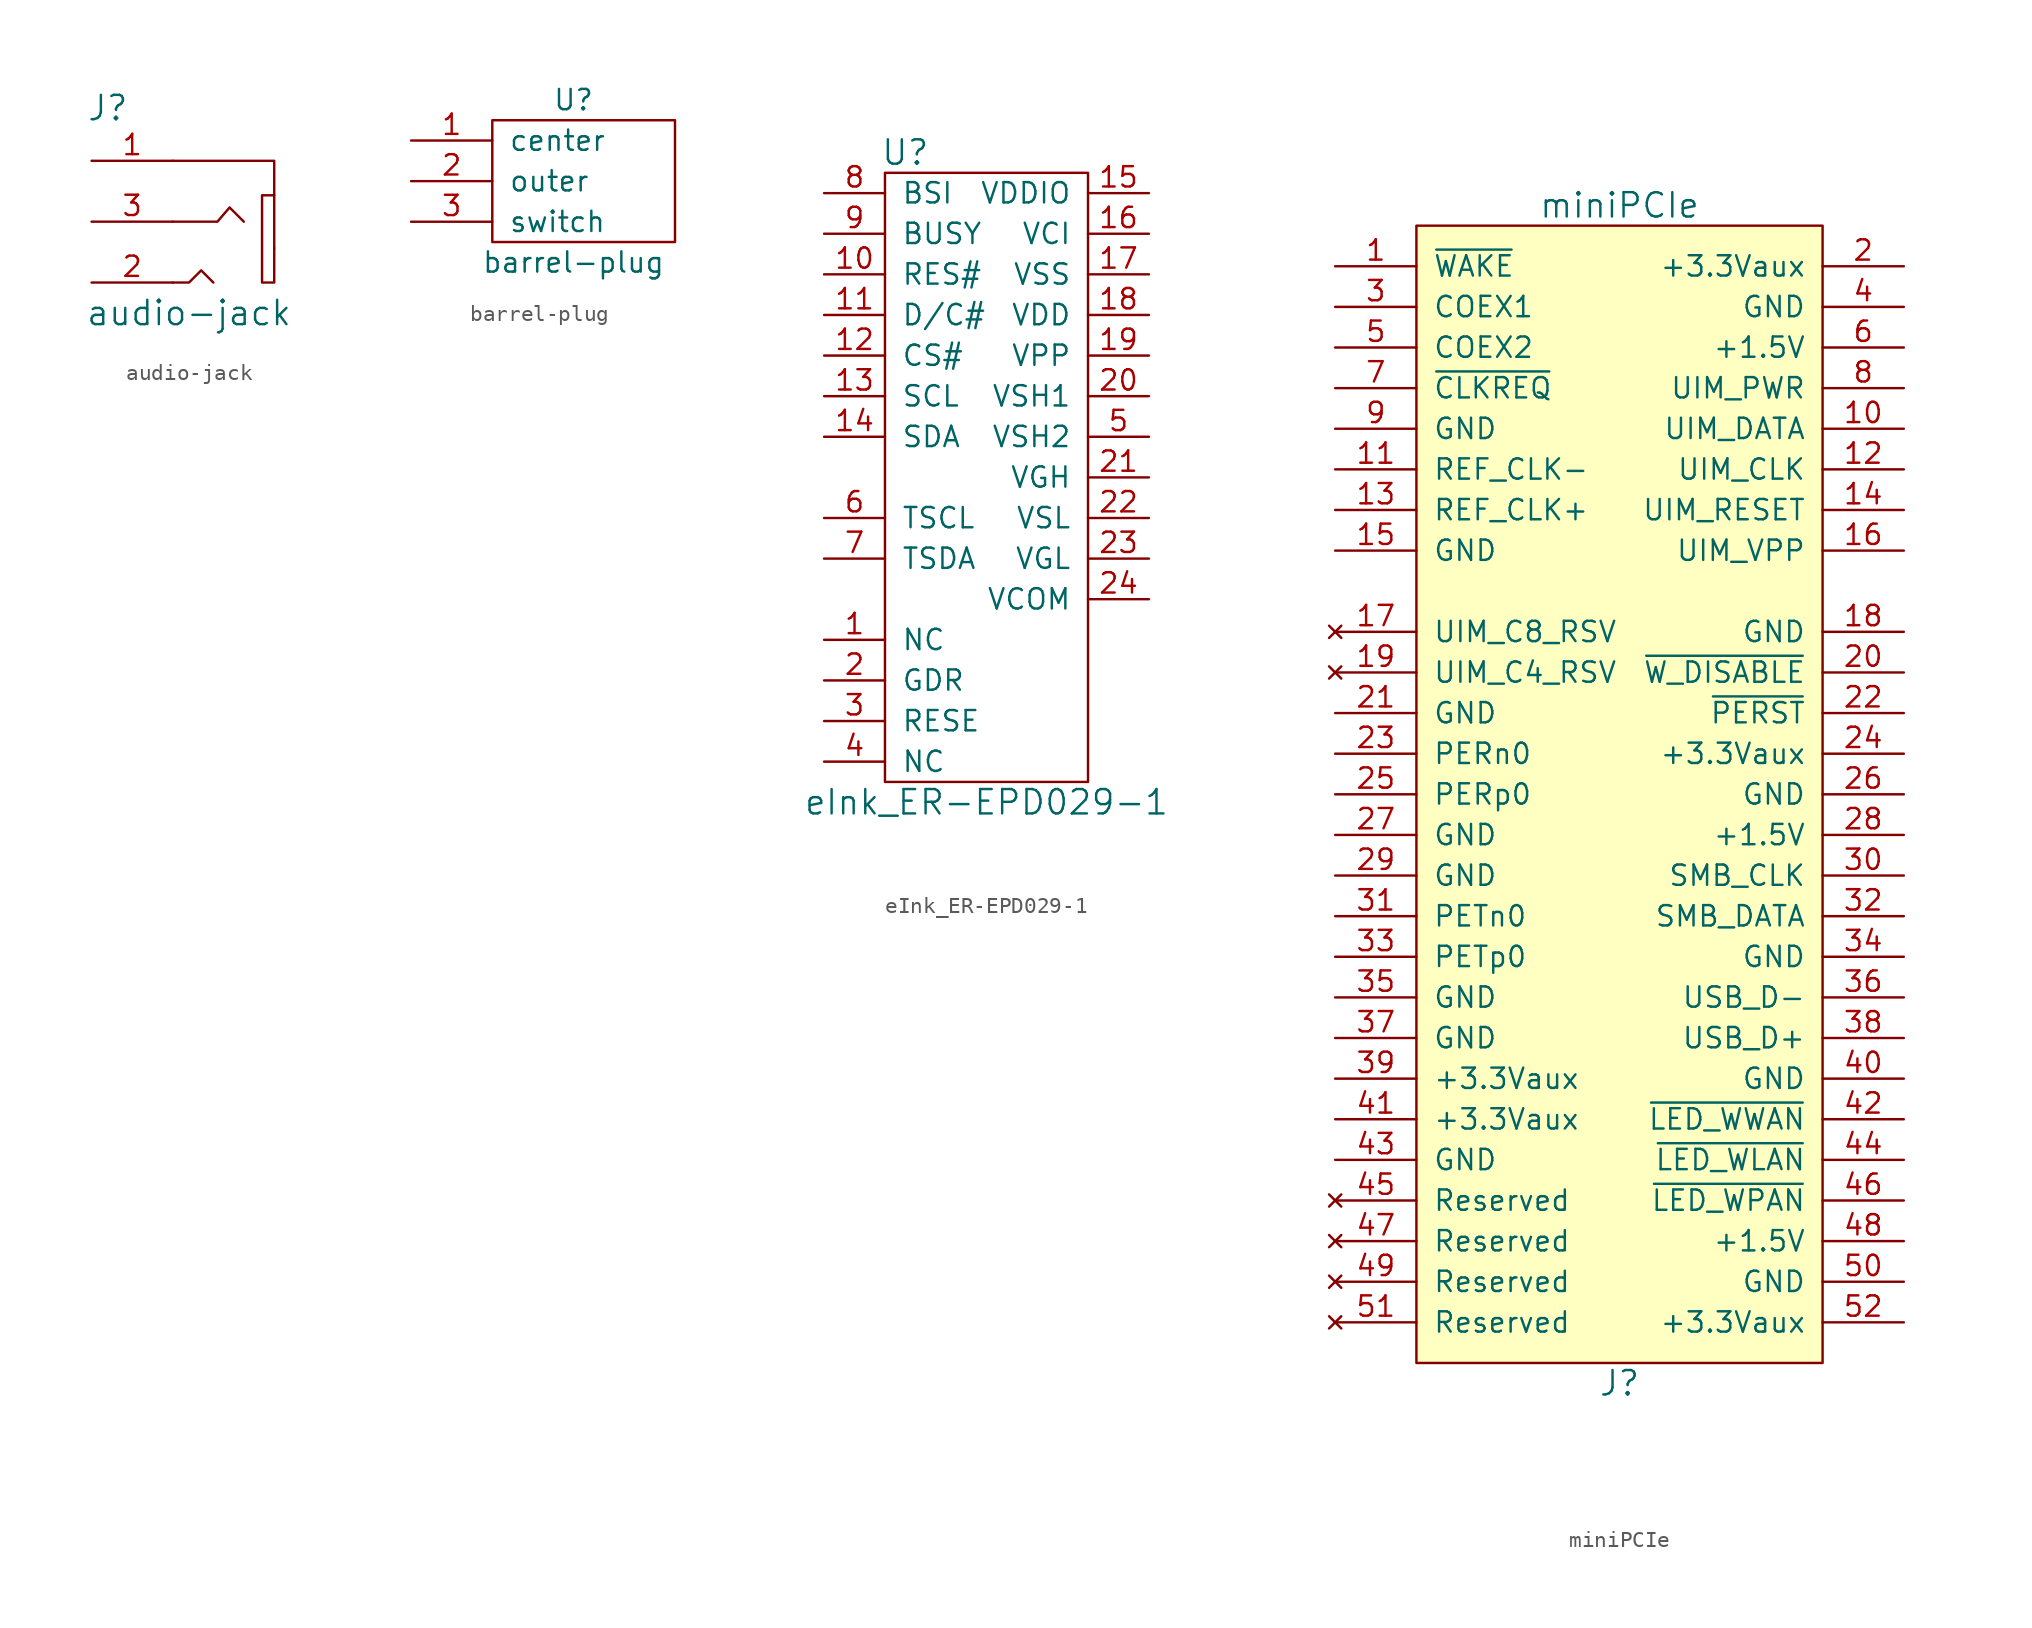
<source format=kicad_sym>
(kicad_symbol_lib
  (version 20211014)
  (generator kicad_symbol_editor)
  (symbol "audio-jack"
    (pin_names
      (offset 1.016))
    (property "Reference" "J"
      (at -10.414 7.112 0)
      (effects (font (size 1.524 1.524))))
    (property "Value" "audio-jack"
      (at -5.334 -5.715 0)
      (effects (font (size 1.524 1.524))))
    (property "Footprint" ""
      (at 0 0 0)
      (effects (font (size 1.524 1.524))))
    (property "Datasheet" ""
      (at 0 0 0)
      (effects (font (size 1.524 1.524))))
    (symbol "audio-jack_0_1"
      (polyline (pts (xy -6.35 3.81) (xy 0 3.81) (xy 0 -1.651)) (stroke (width 0) (type default) (color 0 0 0 0)) (fill (type none)))
      (polyline (pts (xy -6.35 -3.81) (xy -5.334 -3.81) (xy -4.572 -3.048) (xy -3.81 -3.81)) (stroke (width 0) (type default) (color 0 0 0 0)) (fill (type none)))
      (polyline (pts (xy -6.35 0) (xy -3.556 0) (xy -2.794 0.889) (xy -1.905 0)) (stroke (width 0) (type default) (color 0 0 0 0)) (fill (type none)))
      (polyline (pts (xy 0 1.651) (xy -0.762 1.651) (xy -0.762 -3.81) (xy 0 -3.81) (xy 0 -1.651)) (stroke (width 0) (type default) (color 0 0 0 0)) (fill (type none))))
    (symbol "audio-jack_1_1"
      (pin passive line (at -11.43 3.81 0) (length 5.08) (name "~" (effects (font (size 1.27 1.27)))) (number "1" (effects (font (size 1.27 1.27)))))
      (pin passive line (at -11.43 -3.81 0) (length 5.08) (name "~" (effects (font (size 1.27 1.27)))) (number "2" (effects (font (size 1.27 1.27)))))
      (pin passive line (at -11.43 0 0) (length 5.08) (name "~" (effects (font (size 1.27 1.27)))) (number "3" (effects (font (size 1.27 1.27)))))))
  (symbol "barrel-plug"
    (pin_names
      (offset 1.016))
    (property "Reference" "U"
      (at 0 5.08 0)
      (effects (font (size 1.27 1.27))))
    (property "Value" "barrel-plug"
      (at 0 -5.08 0)
      (effects (font (size 1.27 1.27))))
    (symbol "barrel-plug_0_1"
      (rectangle (start -5.08 3.81) (end 6.35 -3.81) (stroke (width 0) (type default) (color 0 0 0 0)) (fill (type none))))
    (symbol "barrel-plug_1_1"
      (pin input line (at -10.16 2.54 0) (length 5.08) (name "center" (effects (font (size 1.27 1.27)))) (number "1" (effects (font (size 1.27 1.27)))))
      (pin input line (at -10.16 0 0) (length 5.08) (name "outer" (effects (font (size 1.27 1.27)))) (number "2" (effects (font (size 1.27 1.27)))))
      (pin input line (at -10.16 -2.54 0) (length 5.08) (name "switch" (effects (font (size 1.27 1.27)))) (number "3" (effects (font (size 1.27 1.27)))))))
  (symbol "eInk_ER-EPD029-1"
    (pin_names
      (offset 1.016))
    (property "Reference" "U"
      (at -5.08 20.32 0)
      (effects (font (size 1.524 1.524))))
    (property "Value" "eInk_ER-EPD029-1"
      (at 0 -20.32 0)
      (effects (font (size 1.524 1.524))))
    (property "Footprint" ""
      (at -6.35 16.51 0)
      (effects (font (size 1.524 1.524))))
    (property "Datasheet" ""
      (at -6.35 16.51 0)
      (effects (font (size 1.524 1.524))))
    (symbol "eInk_ER-EPD029-1_0_1"
      (rectangle (start -6.35 19.05) (end 6.35 -19.05) (stroke (width 0) (type default) (color 0 0 0 0)) (fill (type none))))
    (symbol "eInk_ER-EPD029-1_1_1"
      (pin passive line (at -10.16 -10.16 0) (length 3.81) (name "NC" (effects (font (size 1.27 1.27)))) (number "1" (effects (font (size 1.27 1.27)))))
      (pin passive line (at -10.16 12.7 0) (length 3.81) (name "RES#" (effects (font (size 1.27 1.27)))) (number "10" (effects (font (size 1.27 1.27)))))
      (pin passive line (at -10.16 10.16 0) (length 3.81) (name "D/C#" (effects (font (size 1.27 1.27)))) (number "11" (effects (font (size 1.27 1.27)))))
      (pin passive line (at -10.16 7.62 0) (length 3.81) (name "CS#" (effects (font (size 1.27 1.27)))) (number "12" (effects (font (size 1.27 1.27)))))
      (pin passive line (at -10.16 5.08 0) (length 3.81) (name "SCL" (effects (font (size 1.27 1.27)))) (number "13" (effects (font (size 1.27 1.27)))))
      (pin passive line (at -10.16 2.54 0) (length 3.81) (name "SDA" (effects (font (size 1.27 1.27)))) (number "14" (effects (font (size 1.27 1.27)))))
      (pin passive line (at 10.16 17.78 180) (length 3.81) (name "VDDIO" (effects (font (size 1.27 1.27)))) (number "15" (effects (font (size 1.27 1.27)))))
      (pin passive line (at 10.16 15.24 180) (length 3.81) (name "VCI" (effects (font (size 1.27 1.27)))) (number "16" (effects (font (size 1.27 1.27)))))
      (pin passive line (at 10.16 12.7 180) (length 3.81) (name "VSS" (effects (font (size 1.27 1.27)))) (number "17" (effects (font (size 1.27 1.27)))))
      (pin passive line (at 10.16 10.16 180) (length 3.81) (name "VDD" (effects (font (size 1.27 1.27)))) (number "18" (effects (font (size 1.27 1.27)))))
      (pin passive line (at 10.16 7.62 180) (length 3.81) (name "VPP" (effects (font (size 1.27 1.27)))) (number "19" (effects (font (size 1.27 1.27)))))
      (pin passive line (at -10.16 -12.7 0) (length 3.81) (name "GDR" (effects (font (size 1.27 1.27)))) (number "2" (effects (font (size 1.27 1.27)))))
      (pin passive line (at 10.16 5.08 180) (length 3.81) (name "VSH1" (effects (font (size 1.27 1.27)))) (number "20" (effects (font (size 1.27 1.27)))))
      (pin passive line (at 10.16 0 180) (length 3.81) (name "VGH" (effects (font (size 1.27 1.27)))) (number "21" (effects (font (size 1.27 1.27)))))
      (pin passive line (at 10.16 -2.54 180) (length 3.81) (name "VSL" (effects (font (size 1.27 1.27)))) (number "22" (effects (font (size 1.27 1.27)))))
      (pin passive line (at 10.16 -5.08 180) (length 3.81) (name "VGL" (effects (font (size 1.27 1.27)))) (number "23" (effects (font (size 1.27 1.27)))))
      (pin passive line (at 10.16 -7.62 180) (length 3.81) (name "VCOM" (effects (font (size 1.27 1.27)))) (number "24" (effects (font (size 1.27 1.27)))))
      (pin passive line (at -10.16 -15.24 0) (length 3.81) (name "RESE" (effects (font (size 1.27 1.27)))) (number "3" (effects (font (size 1.27 1.27)))))
      (pin passive line (at -10.16 -17.78 0) (length 3.81) (name "NC" (effects (font (size 1.27 1.27)))) (number "4" (effects (font (size 1.27 1.27)))))
      (pin passive line (at 10.16 2.54 180) (length 3.81) (name "VSH2" (effects (font (size 1.27 1.27)))) (number "5" (effects (font (size 1.27 1.27)))))
      (pin passive line (at -10.16 -2.54 0) (length 3.81) (name "TSCL" (effects (font (size 1.27 1.27)))) (number "6" (effects (font (size 1.27 1.27)))))
      (pin passive line (at -10.16 -5.08 0) (length 3.81) (name "TSDA" (effects (font (size 1.27 1.27)))) (number "7" (effects (font (size 1.27 1.27)))))
      (pin passive line (at -10.16 17.78 0) (length 3.81) (name "BSI" (effects (font (size 1.27 1.27)))) (number "8" (effects (font (size 1.27 1.27)))))
      (pin passive line (at -10.16 15.24 0) (length 3.81) (name "BUSY" (effects (font (size 1.27 1.27)))) (number "9" (effects (font (size 1.27 1.27)))))))
  (symbol "miniPCIe"
    (pin_names
      (offset 1.016))
    (property "Reference" "J"
      (at 0 -38.1 0)
      (effects (font (size 1.524 1.524))))
    (property "Value" "miniPCIe"
      (at 0 35.56 0)
      (effects (font (size 1.524 1.524))))
    (symbol "miniPCIe_0_1"
      (rectangle (start -12.7 -36.83) (end 12.7 34.29) (stroke (width 0) (type default) (color 0 0 0 0)) (fill (type background))))
    (symbol "miniPCIe_1_1"
      (pin output line (at -17.78 31.75 0) (length 5.08) (name "~{WAKE}" (effects (font (size 1.27 1.27)))) (number "1" (effects (font (size 1.27 1.27)))))
      (pin bidirectional line (at 17.78 21.59 180) (length 5.08) (name "UIM_DATA" (effects (font (size 1.27 1.27)))) (number "10" (effects (font (size 1.27 1.27)))))
      (pin input line (at -17.78 19.05 0) (length 5.08) (name "REF_CLK-" (effects (font (size 1.27 1.27)))) (number "11" (effects (font (size 1.27 1.27)))))
      (pin output line (at 17.78 19.05 180) (length 5.08) (name "UIM_CLK" (effects (font (size 1.27 1.27)))) (number "12" (effects (font (size 1.27 1.27)))))
      (pin input line (at -17.78 16.51 0) (length 5.08) (name "REF_CLK+" (effects (font (size 1.27 1.27)))) (number "13" (effects (font (size 1.27 1.27)))))
      (pin output line (at 17.78 16.51 180) (length 5.08) (name "UIM_RESET" (effects (font (size 1.27 1.27)))) (number "14" (effects (font (size 1.27 1.27)))))
      (pin power_in line (at -17.78 13.97 0) (length 5.08) (name "GND" (effects (font (size 1.27 1.27)))) (number "15" (effects (font (size 1.27 1.27)))))
      (pin power_out line (at 17.78 13.97 180) (length 5.08) (name "UIM_VPP" (effects (font (size 1.27 1.27)))) (number "16" (effects (font (size 1.27 1.27)))))
      (pin no_connect line (at -17.78 8.89 0) (length 5.08) (name "UIM_C8_RSV" (effects (font (size 1.27 1.27)))) (number "17" (effects (font (size 1.27 1.27)))))
      (pin power_in line (at 17.78 8.89 180) (length 5.08) (name "GND" (effects (font (size 1.27 1.27)))) (number "18" (effects (font (size 1.27 1.27)))))
      (pin no_connect line (at -17.78 6.35 0) (length 5.08) (name "UIM_C4_RSV" (effects (font (size 1.27 1.27)))) (number "19" (effects (font (size 1.27 1.27)))))
      (pin power_in line (at 17.78 31.75 180) (length 5.08) (name "+3.3Vaux" (effects (font (size 1.27 1.27)))) (number "2" (effects (font (size 1.27 1.27)))))
      (pin input line (at 17.78 6.35 180) (length 5.08) (name "~{W_DISABLE}" (effects (font (size 1.27 1.27)))) (number "20" (effects (font (size 1.27 1.27)))))
      (pin power_in line (at -17.78 3.81 0) (length 5.08) (name "GND" (effects (font (size 1.27 1.27)))) (number "21" (effects (font (size 1.27 1.27)))))
      (pin input line (at 17.78 3.81 180) (length 5.08) (name "~{PERST}" (effects (font (size 1.27 1.27)))) (number "22" (effects (font (size 1.27 1.27)))))
      (pin bidirectional line (at -17.78 1.27 0) (length 5.08) (name "PERn0" (effects (font (size 1.27 1.27)))) (number "23" (effects (font (size 1.27 1.27)))))
      (pin power_in line (at 17.78 1.27 180) (length 5.08) (name "+3.3Vaux" (effects (font (size 1.27 1.27)))) (number "24" (effects (font (size 1.27 1.27)))))
      (pin bidirectional line (at -17.78 -1.27 0) (length 5.08) (name "PERp0" (effects (font (size 1.27 1.27)))) (number "25" (effects (font (size 1.27 1.27)))))
      (pin power_in line (at 17.78 -1.27 180) (length 5.08) (name "GND" (effects (font (size 1.27 1.27)))) (number "26" (effects (font (size 1.27 1.27)))))
      (pin power_in line (at -17.78 -3.81 0) (length 5.08) (name "GND" (effects (font (size 1.27 1.27)))) (number "27" (effects (font (size 1.27 1.27)))))
      (pin power_in line (at 17.78 -3.81 180) (length 5.08) (name "+1.5V" (effects (font (size 1.27 1.27)))) (number "28" (effects (font (size 1.27 1.27)))))
      (pin power_in line (at -17.78 -6.35 0) (length 5.08) (name "GND" (effects (font (size 1.27 1.27)))) (number "29" (effects (font (size 1.27 1.27)))))
      (pin unspecified line (at -17.78 29.21 0) (length 5.08) (name "COEX1" (effects (font (size 1.27 1.27)))) (number "3" (effects (font (size 1.27 1.27)))))
      (pin input line (at 17.78 -6.35 180) (length 5.08) (name "SMB_CLK" (effects (font (size 1.27 1.27)))) (number "30" (effects (font (size 1.27 1.27)))))
      (pin bidirectional line (at -17.78 -8.89 0) (length 5.08) (name "PETn0" (effects (font (size 1.27 1.27)))) (number "31" (effects (font (size 1.27 1.27)))))
      (pin bidirectional line (at 17.78 -8.89 180) (length 5.08) (name "SMB_DATA" (effects (font (size 1.27 1.27)))) (number "32" (effects (font (size 1.27 1.27)))))
      (pin bidirectional line (at -17.78 -11.43 0) (length 5.08) (name "PETp0" (effects (font (size 1.27 1.27)))) (number "33" (effects (font (size 1.27 1.27)))))
      (pin power_in line (at 17.78 -11.43 180) (length 5.08) (name "GND" (effects (font (size 1.27 1.27)))) (number "34" (effects (font (size 1.27 1.27)))))
      (pin power_in line (at -17.78 -13.97 0) (length 5.08) (name "GND" (effects (font (size 1.27 1.27)))) (number "35" (effects (font (size 1.27 1.27)))))
      (pin bidirectional line (at 17.78 -13.97 180) (length 5.08) (name "USB_D-" (effects (font (size 1.27 1.27)))) (number "36" (effects (font (size 1.27 1.27)))))
      (pin power_in line (at -17.78 -16.51 0) (length 5.08) (name "GND" (effects (font (size 1.27 1.27)))) (number "37" (effects (font (size 1.27 1.27)))))
      (pin bidirectional line (at 17.78 -16.51 180) (length 5.08) (name "USB_D+" (effects (font (size 1.27 1.27)))) (number "38" (effects (font (size 1.27 1.27)))))
      (pin power_in line (at -17.78 -19.05 0) (length 5.08) (name "+3.3Vaux" (effects (font (size 1.27 1.27)))) (number "39" (effects (font (size 1.27 1.27)))))
      (pin power_in line (at 17.78 29.21 180) (length 5.08) (name "GND" (effects (font (size 1.27 1.27)))) (number "4" (effects (font (size 1.27 1.27)))))
      (pin power_in line (at 17.78 -19.05 180) (length 5.08) (name "GND" (effects (font (size 1.27 1.27)))) (number "40" (effects (font (size 1.27 1.27)))))
      (pin power_in line (at -17.78 -21.59 0) (length 5.08) (name "+3.3Vaux" (effects (font (size 1.27 1.27)))) (number "41" (effects (font (size 1.27 1.27)))))
      (pin output line (at 17.78 -21.59 180) (length 5.08) (name "~{LED_WWAN}" (effects (font (size 1.27 1.27)))) (number "42" (effects (font (size 1.27 1.27)))))
      (pin power_in line (at -17.78 -24.13 0) (length 5.08) (name "GND" (effects (font (size 1.27 1.27)))) (number "43" (effects (font (size 1.27 1.27)))))
      (pin output line (at 17.78 -24.13 180) (length 5.08) (name "~{LED_WLAN}" (effects (font (size 1.27 1.27)))) (number "44" (effects (font (size 1.27 1.27)))))
      (pin no_connect line (at -17.78 -26.67 0) (length 5.08) (name "Reserved" (effects (font (size 1.27 1.27)))) (number "45" (effects (font (size 1.27 1.27)))))
      (pin output line (at 17.78 -26.67 180) (length 5.08) (name "~{LED_WPAN}" (effects (font (size 1.27 1.27)))) (number "46" (effects (font (size 1.27 1.27)))))
      (pin no_connect line (at -17.78 -29.21 0) (length 5.08) (name "Reserved" (effects (font (size 1.27 1.27)))) (number "47" (effects (font (size 1.27 1.27)))))
      (pin power_in line (at 17.78 -29.21 180) (length 5.08) (name "+1.5V" (effects (font (size 1.27 1.27)))) (number "48" (effects (font (size 1.27 1.27)))))
      (pin no_connect line (at -17.78 -31.75 0) (length 5.08) (name "Reserved" (effects (font (size 1.27 1.27)))) (number "49" (effects (font (size 1.27 1.27)))))
      (pin unspecified line (at -17.78 26.67 0) (length 5.08) (name "COEX2" (effects (font (size 1.27 1.27)))) (number "5" (effects (font (size 1.27 1.27)))))
      (pin power_in line (at 17.78 -31.75 180) (length 5.08) (name "GND" (effects (font (size 1.27 1.27)))) (number "50" (effects (font (size 1.27 1.27)))))
      (pin no_connect line (at -17.78 -34.29 0) (length 5.08) (name "Reserved" (effects (font (size 1.27 1.27)))) (number "51" (effects (font (size 1.27 1.27)))))
      (pin power_in line (at 17.78 -34.29 180) (length 5.08) (name "+3.3Vaux" (effects (font (size 1.27 1.27)))) (number "52" (effects (font (size 1.27 1.27)))))
      (pin power_in line (at 17.78 26.67 180) (length 5.08) (name "+1.5V" (effects (font (size 1.27 1.27)))) (number "6" (effects (font (size 1.27 1.27)))))
      (pin output line (at -17.78 24.13 0) (length 5.08) (name "~{CLKREQ}" (effects (font (size 1.27 1.27)))) (number "7" (effects (font (size 1.27 1.27)))))
      (pin power_out line (at 17.78 24.13 180) (length 5.08) (name "UIM_PWR" (effects (font (size 1.27 1.27)))) (number "8" (effects (font (size 1.27 1.27)))))
      (pin power_in line (at -17.78 21.59 0) (length 5.08) (name "GND" (effects (font (size 1.27 1.27)))) (number "9" (effects (font (size 1.27 1.27))))))))
</source>
